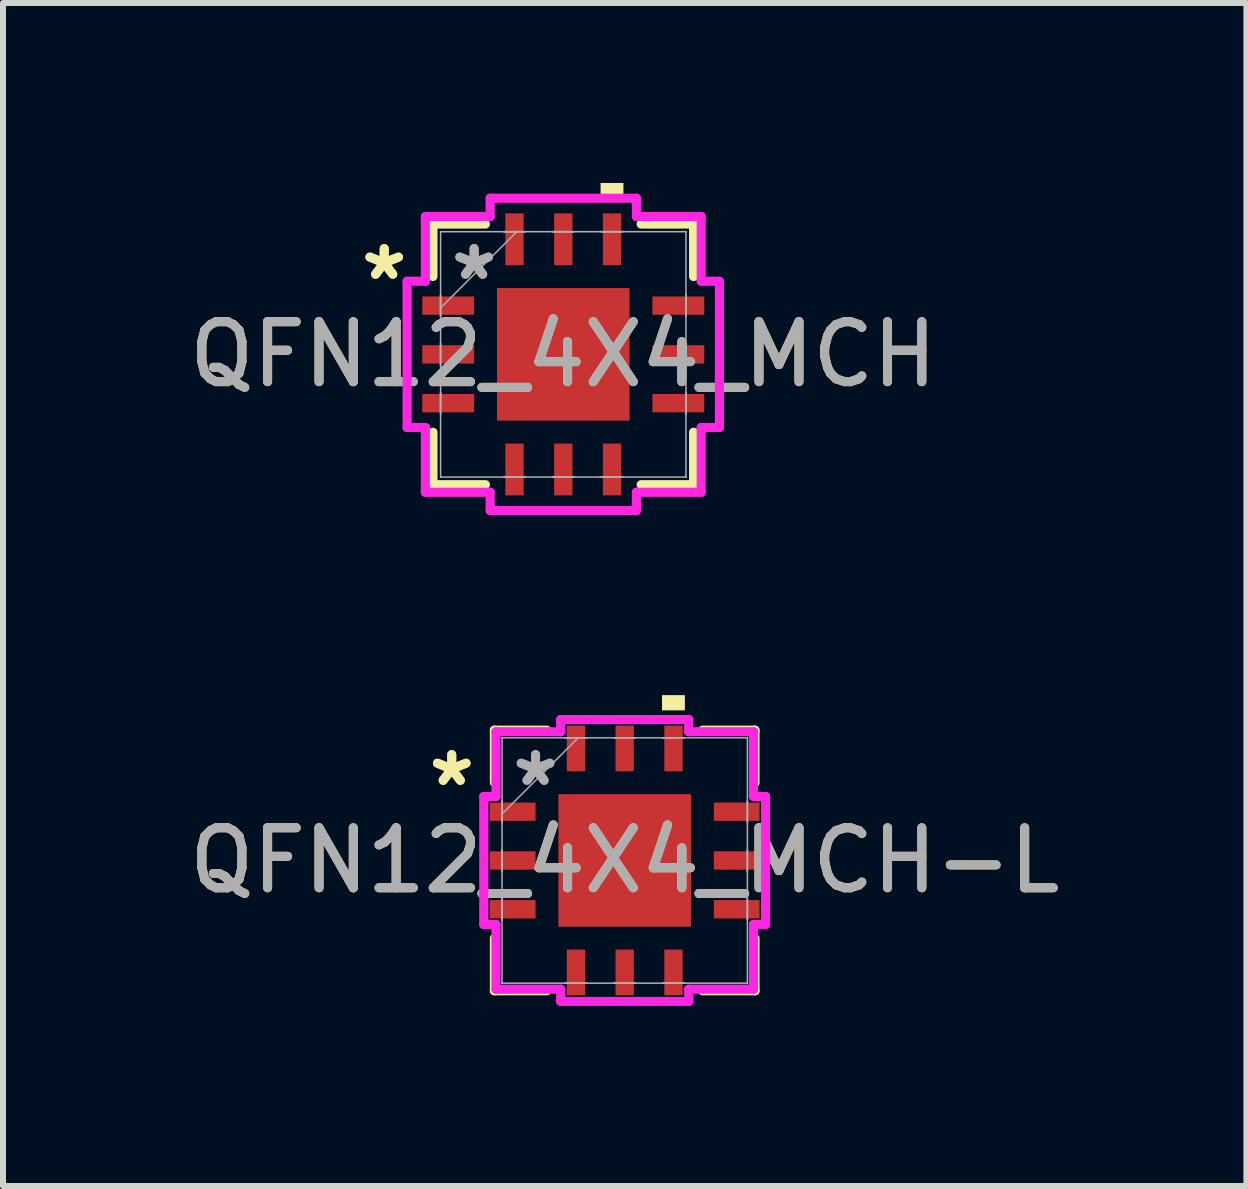
<source format=kicad_pcb>
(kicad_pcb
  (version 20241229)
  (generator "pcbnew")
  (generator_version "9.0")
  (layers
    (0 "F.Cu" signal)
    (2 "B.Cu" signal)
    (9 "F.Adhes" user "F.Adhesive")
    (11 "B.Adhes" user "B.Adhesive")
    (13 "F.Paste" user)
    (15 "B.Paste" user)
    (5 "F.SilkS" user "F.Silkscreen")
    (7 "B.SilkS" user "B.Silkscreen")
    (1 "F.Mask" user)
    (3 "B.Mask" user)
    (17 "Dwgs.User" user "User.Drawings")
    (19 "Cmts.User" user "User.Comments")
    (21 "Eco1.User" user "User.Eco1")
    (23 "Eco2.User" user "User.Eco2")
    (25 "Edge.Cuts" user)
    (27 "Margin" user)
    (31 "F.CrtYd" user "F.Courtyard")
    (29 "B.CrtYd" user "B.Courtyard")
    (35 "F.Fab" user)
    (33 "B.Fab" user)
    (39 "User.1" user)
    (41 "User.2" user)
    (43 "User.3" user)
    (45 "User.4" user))
  (footprint "QFN12_4X4_MCH"
    (layer "F.Cu")
    (at 6.339 2.857)
    (property "Reference" "QFN12_4X4_MCH" (at 0 0 0) (unlocked yes) (layer "F.SilkS") (effects (font (size 1 1) (thickness 0.15))))
    (attr smd)
    (fp_line (start -2.172 -2.172) (end -2.172 -1.298) (stroke (width 0.152) (type solid)) (layer "F.SilkS"))
    (fp_line (start -2.172 1.298) (end -2.172 2.172) (stroke (width 0.152) (type solid)) (layer "F.SilkS"))
    (fp_line (start -2.172 2.172) (end -1.298 2.172) (stroke (width 0.152) (type solid)) (layer "F.SilkS"))
    (fp_line (start -1.298 -2.172) (end -2.172 -2.172) (stroke (width 0.152) (type solid)) (layer "F.SilkS"))
    (fp_line (start 1.298 2.172) (end 2.172 2.172) (stroke (width 0.152) (type solid)) (layer "F.SilkS"))
    (fp_line (start 2.172 -2.172) (end 1.298 -2.172) (stroke (width 0.152) (type solid)) (layer "F.SilkS"))
    (fp_line (start 2.172 -1.298) (end 2.172 -2.172) (stroke (width 0.152) (type solid)) (layer "F.SilkS"))
    (fp_line (start 2.172 2.172) (end 2.172 1.298) (stroke (width 0.152) (type solid)) (layer "F.SilkS"))
    (fp_poly (pts (xy 0.622 -2.603) (xy 0.622 -2.857) (xy 1.003 -2.857) (xy 1.003 -2.603)) (stroke (width 0) (type solid)) (fill yes) (layer "F.SilkS"))
    (fp_line (start -2.603 -1.219) (end -2.299 -1.219) (stroke (width 0.152) (type solid)) (layer "F.CrtYd"))
    (fp_line (start -2.603 1.219) (end -2.603 -1.219) (stroke (width 0.152) (type solid)) (layer "F.CrtYd"))
    (fp_line (start -2.299 -2.299) (end -1.219 -2.299) (stroke (width 0.152) (type solid)) (layer "F.CrtYd"))
    (fp_line (start -2.299 -1.219) (end -2.299 -2.299) (stroke (width 0.152) (type solid)) (layer "F.CrtYd"))
    (fp_line (start -2.299 1.219) (end -2.603 1.219) (stroke (width 0.152) (type solid)) (layer "F.CrtYd"))
    (fp_line (start -2.299 2.299) (end -2.299 1.219) (stroke (width 0.152) (type solid)) (layer "F.CrtYd"))
    (fp_line (start -1.219 -2.603) (end 1.219 -2.603) (stroke (width 0.152) (type solid)) (layer "F.CrtYd"))
    (fp_line (start -1.219 -2.299) (end -1.219 -2.603) (stroke (width 0.152) (type solid)) (layer "F.CrtYd"))
    (fp_line (start -1.219 2.299) (end -2.299 2.299) (stroke (width 0.152) (type solid)) (layer "F.CrtYd"))
    (fp_line (start -1.219 2.603) (end -1.219 2.299) (stroke (width 0.152) (type solid)) (layer "F.CrtYd"))
    (fp_line (start 1.219 -2.603) (end 1.219 -2.299) (stroke (width 0.152) (type solid)) (layer "F.CrtYd"))
    (fp_line (start 1.219 -2.299) (end 2.299 -2.299) (stroke (width 0.152) (type solid)) (layer "F.CrtYd"))
    (fp_line (start 1.219 2.299) (end 1.219 2.603) (stroke (width 0.152) (type solid)) (layer "F.CrtYd"))
    (fp_line (start 1.219 2.603) (end -1.219 2.603) (stroke (width 0.152) (type solid)) (layer "F.CrtYd"))
    (fp_line (start 2.299 -2.299) (end 2.299 -1.219) (stroke (width 0.152) (type solid)) (layer "F.CrtYd"))
    (fp_line (start 2.299 -1.219) (end 2.603 -1.219) (stroke (width 0.152) (type solid)) (layer "F.CrtYd"))
    (fp_line (start 2.299 1.219) (end 2.299 2.299) (stroke (width 0.152) (type solid)) (layer "F.CrtYd"))
    (fp_line (start 2.299 2.299) (end 1.219 2.299) (stroke (width 0.152) (type solid)) (layer "F.CrtYd"))
    (fp_line (start 2.603 -1.219) (end 2.603 1.219) (stroke (width 0.152) (type solid)) (layer "F.CrtYd"))
    (fp_line (start 2.603 1.219) (end 2.299 1.219) (stroke (width 0.152) (type solid)) (layer "F.CrtYd"))
    (fp_line (start -2.045 -2.045) (end -2.045 -2.045) (stroke (width 0.025) (type solid)) (layer "F.Fab"))
    (fp_line (start -2.045 -2.045) (end -2.045 2.045) (stroke (width 0.025) (type solid)) (layer "F.Fab"))
    (fp_line (start -2.045 -0.991) (end -2.045 -0.991) (stroke (width 0.025) (type solid)) (layer "F.Fab"))
    (fp_line (start -2.045 -0.991) (end -2.045 -0.635) (stroke (width 0.025) (type solid)) (layer "F.Fab"))
    (fp_line (start -2.045 -0.775) (end -0.775 -2.045) (stroke (width 0.025) (type solid)) (layer "F.Fab"))
    (fp_line (start -2.045 -0.635) (end -2.045 -0.991) (stroke (width 0.025) (type solid)) (layer "F.Fab"))
    (fp_line (start -2.045 -0.635) (end -2.045 -0.635) (stroke (width 0.025) (type solid)) (layer "F.Fab"))
    (fp_line (start -2.045 -0.178) (end -2.045 -0.178) (stroke (width 0.025) (type solid)) (layer "F.Fab"))
    (fp_line (start -2.045 -0.178) (end -2.045 0.178) (stroke (width 0.025) (type solid)) (layer "F.Fab"))
    (fp_line (start -2.045 0.178) (end -2.045 -0.178) (stroke (width 0.025) (type solid)) (layer "F.Fab"))
    (fp_line (start -2.045 0.178) (end -2.045 0.178) (stroke (width 0.025) (type solid)) (layer "F.Fab"))
    (fp_line (start -2.045 0.635) (end -2.045 0.635) (stroke (width 0.025) (type solid)) (layer "F.Fab"))
    (fp_line (start -2.045 0.635) (end -2.045 0.991) (stroke (width 0.025) (type solid)) (layer "F.Fab"))
    (fp_line (start -2.045 0.991) (end -2.045 0.635) (stroke (width 0.025) (type solid)) (layer "F.Fab"))
    (fp_line (start -2.045 0.991) (end -2.045 0.991) (stroke (width 0.025) (type solid)) (layer "F.Fab"))
    (fp_line (start -2.045 2.045) (end -2.045 2.045) (stroke (width 0.025) (type solid)) (layer "F.Fab"))
    (fp_line (start -2.045 2.045) (end 2.045 2.045) (stroke (width 0.025) (type solid)) (layer "F.Fab"))
    (fp_line (start -0.991 -2.045) (end -0.991 -2.045) (stroke (width 0.025) (type solid)) (layer "F.Fab"))
    (fp_line (start -0.991 -2.045) (end -0.635 -2.045) (stroke (width 0.025) (type solid)) (layer "F.Fab"))
    (fp_line (start -0.991 2.045) (end -0.991 2.045) (stroke (width 0.025) (type solid)) (layer "F.Fab"))
    (fp_line (start -0.991 2.045) (end -0.635 2.045) (stroke (width 0.025) (type solid)) (layer "F.Fab"))
    (fp_line (start -0.635 -2.045) (end -0.991 -2.045) (stroke (width 0.025) (type solid)) (layer "F.Fab"))
    (fp_line (start -0.635 -2.045) (end -0.635 -2.045) (stroke (width 0.025) (type solid)) (layer "F.Fab"))
    (fp_line (start -0.635 2.045) (end -0.991 2.045) (stroke (width 0.025) (type solid)) (layer "F.Fab"))
    (fp_line (start -0.635 2.045) (end -0.635 2.045) (stroke (width 0.025) (type solid)) (layer "F.Fab"))
    (fp_line (start -0.178 -2.045) (end -0.178 -2.045) (stroke (width 0.025) (type solid)) (layer "F.Fab"))
    (fp_line (start -0.178 -2.045) (end 0.178 -2.045) (stroke (width 0.025) (type solid)) (layer "F.Fab"))
    (fp_line (start -0.178 2.045) (end -0.178 2.045) (stroke (width 0.025) (type solid)) (layer "F.Fab"))
    (fp_line (start -0.178 2.045) (end 0.178 2.045) (stroke (width 0.025) (type solid)) (layer "F.Fab"))
    (fp_line (start 0.178 -2.045) (end -0.178 -2.045) (stroke (width 0.025) (type solid)) (layer "F.Fab"))
    (fp_line (start 0.178 -2.045) (end 0.178 -2.045) (stroke (width 0.025) (type solid)) (layer "F.Fab"))
    (fp_line (start 0.178 2.045) (end -0.178 2.045) (stroke (width 0.025) (type solid)) (layer "F.Fab"))
    (fp_line (start 0.178 2.045) (end 0.178 2.045) (stroke (width 0.025) (type solid)) (layer "F.Fab"))
    (fp_line (start 0.635 -2.045) (end 0.635 -2.045) (stroke (width 0.025) (type solid)) (layer "F.Fab"))
    (fp_line (start 0.635 -2.045) (end 0.991 -2.045) (stroke (width 0.025) (type solid)) (layer "F.Fab"))
    (fp_line (start 0.635 2.045) (end 0.635 2.045) (stroke (width 0.025) (type solid)) (layer "F.Fab"))
    (fp_line (start 0.635 2.045) (end 0.991 2.045) (stroke (width 0.025) (type solid)) (layer "F.Fab"))
    (fp_line (start 0.991 -2.045) (end 0.635 -2.045) (stroke (width 0.025) (type solid)) (layer "F.Fab"))
    (fp_line (start 0.991 -2.045) (end 0.991 -2.045) (stroke (width 0.025) (type solid)) (layer "F.Fab"))
    (fp_line (start 0.991 2.045) (end 0.635 2.045) (stroke (width 0.025) (type solid)) (layer "F.Fab"))
    (fp_line (start 0.991 2.045) (end 0.991 2.045) (stroke (width 0.025) (type solid)) (layer "F.Fab"))
    (fp_line (start 2.045 -2.045) (end -2.045 -2.045) (stroke (width 0.025) (type solid)) (layer "F.Fab"))
    (fp_line (start 2.045 -2.045) (end 2.045 -2.045) (stroke (width 0.025) (type solid)) (layer "F.Fab"))
    (fp_line (start 2.045 -0.991) (end 2.045 -0.991) (stroke (width 0.025) (type solid)) (layer "F.Fab"))
    (fp_line (start 2.045 -0.991) (end 2.045 -0.635) (stroke (width 0.025) (type solid)) (layer "F.Fab"))
    (fp_line (start 2.045 -0.635) (end 2.045 -0.991) (stroke (width 0.025) (type solid)) (layer "F.Fab"))
    (fp_line (start 2.045 -0.635) (end 2.045 -0.635) (stroke (width 0.025) (type solid)) (layer "F.Fab"))
    (fp_line (start 2.045 -0.178) (end 2.045 -0.178) (stroke (width 0.025) (type solid)) (layer "F.Fab"))
    (fp_line (start 2.045 -0.178) (end 2.045 0.178) (stroke (width 0.025) (type solid)) (layer "F.Fab"))
    (fp_line (start 2.045 0.178) (end 2.045 -0.178) (stroke (width 0.025) (type solid)) (layer "F.Fab"))
    (fp_line (start 2.045 0.178) (end 2.045 0.178) (stroke (width 0.025) (type solid)) (layer "F.Fab"))
    (fp_line (start 2.045 0.635) (end 2.045 0.635) (stroke (width 0.025) (type solid)) (layer "F.Fab"))
    (fp_line (start 2.045 0.635) (end 2.045 0.991) (stroke (width 0.025) (type solid)) (layer "F.Fab"))
    (fp_line (start 2.045 0.991) (end 2.045 0.635) (stroke (width 0.025) (type solid)) (layer "F.Fab"))
    (fp_line (start 2.045 0.991) (end 2.045 0.991) (stroke (width 0.025) (type solid)) (layer "F.Fab"))
    (fp_line (start 2.045 2.045) (end 2.045 -2.045) (stroke (width 0.025) (type solid)) (layer "F.Fab"))
    (fp_line (start 2.045 2.045) (end 2.045 2.045) (stroke (width 0.025) (type solid)) (layer "F.Fab"))
    (fp_text user "*" (at -2.985 -1.219 0) (unlocked yes) (layer "F.SilkS") (effects (font (size 1 1) (thickness 0.15))))
    (fp_text user "*" (at -2.985 -1.219 0) (layer "F.SilkS") (effects (font (size 1 1) (thickness 0.15))))
    (fp_text user "*" (at -1.486 -1.219 0) (layer "F.Fab") (effects (font (size 1 1) (thickness 0.15))))
    (fp_text user "*" (at -1.486 -1.219 0) (unlocked yes) (layer "F.Fab") (effects (font (size 1 1) (thickness 0.15))))
    (fp_text user "${REFERENCE}" (at 0 0 0) (unlocked yes) (layer "F.Fab") (effects (font (size 1 1) (thickness 0.15))))
    (pad "1" smd rect (at -1.918 -0.813 90) (size 0.305 0.864) (layers "F.Cu" "F.Mask" "F.Paste"))
    (pad "2" smd rect (at -1.918 0 90) (size 0.305 0.864) (layers "F.Cu" "F.Mask" "F.Paste"))
    (pad "3" smd rect (at -1.918 0.813 90) (size 0.305 0.864) (layers "F.Cu" "F.Mask" "F.Paste"))
    (pad "4" smd rect (at -0.813 1.918) (size 0.305 0.864) (layers "F.Cu" "F.Mask" "F.Paste"))
    (pad "5" smd rect (at 0 1.918) (size 0.305 0.864) (layers "F.Cu" "F.Mask" "F.Paste"))
    (pad "6" smd rect (at 0.813 1.918) (size 0.305 0.864) (layers "F.Cu" "F.Mask" "F.Paste"))
    (pad "7" smd rect (at 1.918 0.813 90) (size 0.305 0.864) (layers "F.Cu" "F.Mask" "F.Paste"))
    (pad "8" smd rect (at 1.918 0 90) (size 0.305 0.864) (layers "F.Cu" "F.Mask" "F.Paste"))
    (pad "9" smd rect (at 1.918 -0.813 90) (size 0.305 0.864) (layers "F.Cu" "F.Mask" "F.Paste"))
    (pad "10" smd rect (at 0.813 -1.918) (size 0.305 0.864) (layers "F.Cu" "F.Mask" "F.Paste"))
    (pad "11" smd rect (at 0 -1.918) (size 0.305 0.864) (layers "F.Cu" "F.Mask" "F.Paste"))
    (pad "12" smd rect (at -0.813 -1.918) (size 0.305 0.864) (layers "F.Cu" "F.Mask" "F.Paste"))
    (pad "13" smd rect (at 0 0) (size 2.21 2.21) (layers "F.Cu" "F.Mask" "F.Paste")))
  (footprint "QFN12_4X4_MCH-L"
    (layer "F.Cu")
    (at 7.363 11.293)
    (property "Reference" "QFN12_4X4_MCH-L" (at 0 0 0) (unlocked yes) (layer "F.SilkS") (effects (font (size 1 1) (thickness 0.15))))
    (attr smd)
    (fp_line (start -2.172 -2.172) (end -2.172 -1.298) (stroke (width 0.152) (type solid)) (layer "F.SilkS"))
    (fp_line (start -2.172 1.298) (end -2.172 2.172) (stroke (width 0.152) (type solid)) (layer "F.SilkS"))
    (fp_line (start -2.172 2.172) (end -1.298 2.172) (stroke (width 0.152) (type solid)) (layer "F.SilkS"))
    (fp_line (start -1.298 -2.172) (end -2.172 -2.172) (stroke (width 0.152) (type solid)) (layer "F.SilkS"))
    (fp_line (start 1.298 2.172) (end 2.172 2.172) (stroke (width 0.152) (type solid)) (layer "F.SilkS"))
    (fp_line (start 2.172 -2.172) (end 1.298 -2.172) (stroke (width 0.152) (type solid)) (layer "F.SilkS"))
    (fp_line (start 2.172 -1.298) (end 2.172 -2.172) (stroke (width 0.152) (type solid)) (layer "F.SilkS"))
    (fp_line (start 2.172 2.172) (end 2.172 1.298) (stroke (width 0.152) (type solid)) (layer "F.SilkS"))
    (fp_poly (pts (xy 0.622 -2.502) (xy 0.622 -2.756) (xy 1.003 -2.756) (xy 1.003 -2.502)) (stroke (width 0) (type solid)) (fill yes) (layer "F.SilkS"))
    (fp_line (start -2.349 -1.067) (end -2.146 -1.067) (stroke (width 0.152) (type solid)) (layer "F.CrtYd"))
    (fp_line (start -2.349 1.067) (end -2.349 -1.067) (stroke (width 0.152) (type solid)) (layer "F.CrtYd"))
    (fp_line (start -2.146 -2.146) (end -1.067 -2.146) (stroke (width 0.152) (type solid)) (layer "F.CrtYd"))
    (fp_line (start -2.146 -1.067) (end -2.146 -2.146) (stroke (width 0.152) (type solid)) (layer "F.CrtYd"))
    (fp_line (start -2.146 1.067) (end -2.349 1.067) (stroke (width 0.152) (type solid)) (layer "F.CrtYd"))
    (fp_line (start -2.146 2.146) (end -2.146 1.067) (stroke (width 0.152) (type solid)) (layer "F.CrtYd"))
    (fp_line (start -1.067 -2.349) (end 1.067 -2.349) (stroke (width 0.152) (type solid)) (layer "F.CrtYd"))
    (fp_line (start -1.067 -2.146) (end -1.067 -2.349) (stroke (width 0.152) (type solid)) (layer "F.CrtYd"))
    (fp_line (start -1.067 2.146) (end -2.146 2.146) (stroke (width 0.152) (type solid)) (layer "F.CrtYd"))
    (fp_line (start -1.067 2.349) (end -1.067 2.146) (stroke (width 0.152) (type solid)) (layer "F.CrtYd"))
    (fp_line (start 1.067 -2.349) (end 1.067 -2.146) (stroke (width 0.152) (type solid)) (layer "F.CrtYd"))
    (fp_line (start 1.067 -2.146) (end 2.146 -2.146) (stroke (width 0.152) (type solid)) (layer "F.CrtYd"))
    (fp_line (start 1.067 2.146) (end 1.067 2.349) (stroke (width 0.152) (type solid)) (layer "F.CrtYd"))
    (fp_line (start 1.067 2.349) (end -1.067 2.349) (stroke (width 0.152) (type solid)) (layer "F.CrtYd"))
    (fp_line (start 2.146 -2.146) (end 2.146 -1.067) (stroke (width 0.152) (type solid)) (layer "F.CrtYd"))
    (fp_line (start 2.146 -1.067) (end 2.349 -1.067) (stroke (width 0.152) (type solid)) (layer "F.CrtYd"))
    (fp_line (start 2.146 1.067) (end 2.146 2.146) (stroke (width 0.152) (type solid)) (layer "F.CrtYd"))
    (fp_line (start 2.146 2.146) (end 1.067 2.146) (stroke (width 0.152) (type solid)) (layer "F.CrtYd"))
    (fp_line (start 2.349 -1.067) (end 2.349 1.067) (stroke (width 0.152) (type solid)) (layer "F.CrtYd"))
    (fp_line (start 2.349 1.067) (end 2.146 1.067) (stroke (width 0.152) (type solid)) (layer "F.CrtYd"))
    (fp_line (start -2.045 -2.045) (end -2.045 -2.045) (stroke (width 0.025) (type solid)) (layer "F.Fab"))
    (fp_line (start -2.045 -2.045) (end -2.045 2.045) (stroke (width 0.025) (type solid)) (layer "F.Fab"))
    (fp_line (start -2.045 -0.991) (end -2.045 -0.991) (stroke (width 0.025) (type solid)) (layer "F.Fab"))
    (fp_line (start -2.045 -0.991) (end -2.045 -0.635) (stroke (width 0.025) (type solid)) (layer "F.Fab"))
    (fp_line (start -2.045 -0.775) (end -0.775 -2.045) (stroke (width 0.025) (type solid)) (layer "F.Fab"))
    (fp_line (start -2.045 -0.635) (end -2.045 -0.991) (stroke (width 0.025) (type solid)) (layer "F.Fab"))
    (fp_line (start -2.045 -0.635) (end -2.045 -0.635) (stroke (width 0.025) (type solid)) (layer "F.Fab"))
    (fp_line (start -2.045 -0.178) (end -2.045 -0.178) (stroke (width 0.025) (type solid)) (layer "F.Fab"))
    (fp_line (start -2.045 -0.178) (end -2.045 0.178) (stroke (width 0.025) (type solid)) (layer "F.Fab"))
    (fp_line (start -2.045 0.178) (end -2.045 -0.178) (stroke (width 0.025) (type solid)) (layer "F.Fab"))
    (fp_line (start -2.045 0.178) (end -2.045 0.178) (stroke (width 0.025) (type solid)) (layer "F.Fab"))
    (fp_line (start -2.045 0.635) (end -2.045 0.635) (stroke (width 0.025) (type solid)) (layer "F.Fab"))
    (fp_line (start -2.045 0.635) (end -2.045 0.991) (stroke (width 0.025) (type solid)) (layer "F.Fab"))
    (fp_line (start -2.045 0.991) (end -2.045 0.635) (stroke (width 0.025) (type solid)) (layer "F.Fab"))
    (fp_line (start -2.045 0.991) (end -2.045 0.991) (stroke (width 0.025) (type solid)) (layer "F.Fab"))
    (fp_line (start -2.045 2.045) (end -2.045 2.045) (stroke (width 0.025) (type solid)) (layer "F.Fab"))
    (fp_line (start -2.045 2.045) (end 2.045 2.045) (stroke (width 0.025) (type solid)) (layer "F.Fab"))
    (fp_line (start -0.991 -2.045) (end -0.991 -2.045) (stroke (width 0.025) (type solid)) (layer "F.Fab"))
    (fp_line (start -0.991 -2.045) (end -0.635 -2.045) (stroke (width 0.025) (type solid)) (layer "F.Fab"))
    (fp_line (start -0.991 2.045) (end -0.991 2.045) (stroke (width 0.025) (type solid)) (layer "F.Fab"))
    (fp_line (start -0.991 2.045) (end -0.635 2.045) (stroke (width 0.025) (type solid)) (layer "F.Fab"))
    (fp_line (start -0.635 -2.045) (end -0.991 -2.045) (stroke (width 0.025) (type solid)) (layer "F.Fab"))
    (fp_line (start -0.635 -2.045) (end -0.635 -2.045) (stroke (width 0.025) (type solid)) (layer "F.Fab"))
    (fp_line (start -0.635 2.045) (end -0.991 2.045) (stroke (width 0.025) (type solid)) (layer "F.Fab"))
    (fp_line (start -0.635 2.045) (end -0.635 2.045) (stroke (width 0.025) (type solid)) (layer "F.Fab"))
    (fp_line (start -0.178 -2.045) (end -0.178 -2.045) (stroke (width 0.025) (type solid)) (layer "F.Fab"))
    (fp_line (start -0.178 -2.045) (end 0.178 -2.045) (stroke (width 0.025) (type solid)) (layer "F.Fab"))
    (fp_line (start -0.178 2.045) (end -0.178 2.045) (stroke (width 0.025) (type solid)) (layer "F.Fab"))
    (fp_line (start -0.178 2.045) (end 0.178 2.045) (stroke (width 0.025) (type solid)) (layer "F.Fab"))
    (fp_line (start 0.178 -2.045) (end -0.178 -2.045) (stroke (width 0.025) (type solid)) (layer "F.Fab"))
    (fp_line (start 0.178 -2.045) (end 0.178 -2.045) (stroke (width 0.025) (type solid)) (layer "F.Fab"))
    (fp_line (start 0.178 2.045) (end -0.178 2.045) (stroke (width 0.025) (type solid)) (layer "F.Fab"))
    (fp_line (start 0.178 2.045) (end 0.178 2.045) (stroke (width 0.025) (type solid)) (layer "F.Fab"))
    (fp_line (start 0.635 -2.045) (end 0.635 -2.045) (stroke (width 0.025) (type solid)) (layer "F.Fab"))
    (fp_line (start 0.635 -2.045) (end 0.991 -2.045) (stroke (width 0.025) (type solid)) (layer "F.Fab"))
    (fp_line (start 0.635 2.045) (end 0.635 2.045) (stroke (width 0.025) (type solid)) (layer "F.Fab"))
    (fp_line (start 0.635 2.045) (end 0.991 2.045) (stroke (width 0.025) (type solid)) (layer "F.Fab"))
    (fp_line (start 0.991 -2.045) (end 0.635 -2.045) (stroke (width 0.025) (type solid)) (layer "F.Fab"))
    (fp_line (start 0.991 -2.045) (end 0.991 -2.045) (stroke (width 0.025) (type solid)) (layer "F.Fab"))
    (fp_line (start 0.991 2.045) (end 0.635 2.045) (stroke (width 0.025) (type solid)) (layer "F.Fab"))
    (fp_line (start 0.991 2.045) (end 0.991 2.045) (stroke (width 0.025) (type solid)) (layer "F.Fab"))
    (fp_line (start 2.045 -2.045) (end -2.045 -2.045) (stroke (width 0.025) (type solid)) (layer "F.Fab"))
    (fp_line (start 2.045 -2.045) (end 2.045 -2.045) (stroke (width 0.025) (type solid)) (layer "F.Fab"))
    (fp_line (start 2.045 -0.991) (end 2.045 -0.991) (stroke (width 0.025) (type solid)) (layer "F.Fab"))
    (fp_line (start 2.045 -0.991) (end 2.045 -0.635) (stroke (width 0.025) (type solid)) (layer "F.Fab"))
    (fp_line (start 2.045 -0.635) (end 2.045 -0.991) (stroke (width 0.025) (type solid)) (layer "F.Fab"))
    (fp_line (start 2.045 -0.635) (end 2.045 -0.635) (stroke (width 0.025) (type solid)) (layer "F.Fab"))
    (fp_line (start 2.045 -0.178) (end 2.045 -0.178) (stroke (width 0.025) (type solid)) (layer "F.Fab"))
    (fp_line (start 2.045 -0.178) (end 2.045 0.178) (stroke (width 0.025) (type solid)) (layer "F.Fab"))
    (fp_line (start 2.045 0.178) (end 2.045 -0.178) (stroke (width 0.025) (type solid)) (layer "F.Fab"))
    (fp_line (start 2.045 0.178) (end 2.045 0.178) (stroke (width 0.025) (type solid)) (layer "F.Fab"))
    (fp_line (start 2.045 0.635) (end 2.045 0.635) (stroke (width 0.025) (type solid)) (layer "F.Fab"))
    (fp_line (start 2.045 0.635) (end 2.045 0.991) (stroke (width 0.025) (type solid)) (layer "F.Fab"))
    (fp_line (start 2.045 0.991) (end 2.045 0.635) (stroke (width 0.025) (type solid)) (layer "F.Fab"))
    (fp_line (start 2.045 0.991) (end 2.045 0.991) (stroke (width 0.025) (type solid)) (layer "F.Fab"))
    (fp_line (start 2.045 2.045) (end 2.045 -2.045) (stroke (width 0.025) (type solid)) (layer "F.Fab"))
    (fp_line (start 2.045 2.045) (end 2.045 2.045) (stroke (width 0.025) (type solid)) (layer "F.Fab"))
    (fp_text user "*" (at -2.883 -1.219 0) (unlocked yes) (layer "F.SilkS") (effects (font (size 1 1) (thickness 0.15))))
    (fp_text user "*" (at -2.883 -1.219 0) (layer "F.SilkS") (effects (font (size 1 1) (thickness 0.15))))
    (fp_text user "*" (at -1.486 -1.219 0) (layer "F.Fab") (effects (font (size 1 1) (thickness 0.15))))
    (fp_text user "${REFERENCE}" (at 0 0 0) (unlocked yes) (layer "F.Fab") (effects (font (size 1 1) (thickness 0.15))))
    (fp_text user "*" (at -1.486 -1.219 0) (unlocked yes) (layer "F.Fab") (effects (font (size 1 1) (thickness 0.15))))
    (pad "1" smd rect (at -1.867 -0.813 90) (size 0.305 0.762) (layers "F.Cu" "F.Mask" "F.Paste"))
    (pad "2" smd rect (at -1.867 0 90) (size 0.305 0.762) (layers "F.Cu" "F.Mask" "F.Paste"))
    (pad "3" smd rect (at -1.867 0.813 90) (size 0.305 0.762) (layers "F.Cu" "F.Mask" "F.Paste"))
    (pad "4" smd rect (at -0.813 1.867) (size 0.305 0.762) (layers "F.Cu" "F.Mask" "F.Paste"))
    (pad "5" smd rect (at 0 1.867) (size 0.305 0.762) (layers "F.Cu" "F.Mask" "F.Paste"))
    (pad "6" smd rect (at 0.813 1.867) (size 0.305 0.762) (layers "F.Cu" "F.Mask" "F.Paste"))
    (pad "7" smd rect (at 1.867 0.813 90) (size 0.305 0.762) (layers "F.Cu" "F.Mask" "F.Paste"))
    (pad "8" smd rect (at 1.867 0 90) (size 0.305 0.762) (layers "F.Cu" "F.Mask" "F.Paste"))
    (pad "9" smd rect (at 1.867 -0.813 90) (size 0.305 0.762) (layers "F.Cu" "F.Mask" "F.Paste"))
    (pad "10" smd rect (at 0.813 -1.867) (size 0.305 0.762) (layers "F.Cu" "F.Mask" "F.Paste"))
    (pad "11" smd rect (at 0 -1.867) (size 0.305 0.762) (layers "F.Cu" "F.Mask" "F.Paste"))
    (pad "12" smd rect (at -0.813 -1.867) (size 0.305 0.762) (layers "F.Cu" "F.Mask" "F.Paste"))
    (pad "13" smd rect (at 0 0) (size 2.21 2.21) (layers "F.Cu" "F.Mask" "F.Paste")))
  (gr_rect
    (start -3 -3)
    (end 17.726 16.719)
    (stroke (width 0.1) (type default))
    (fill no)
    (layer "Edge.Cuts")))
</source>
